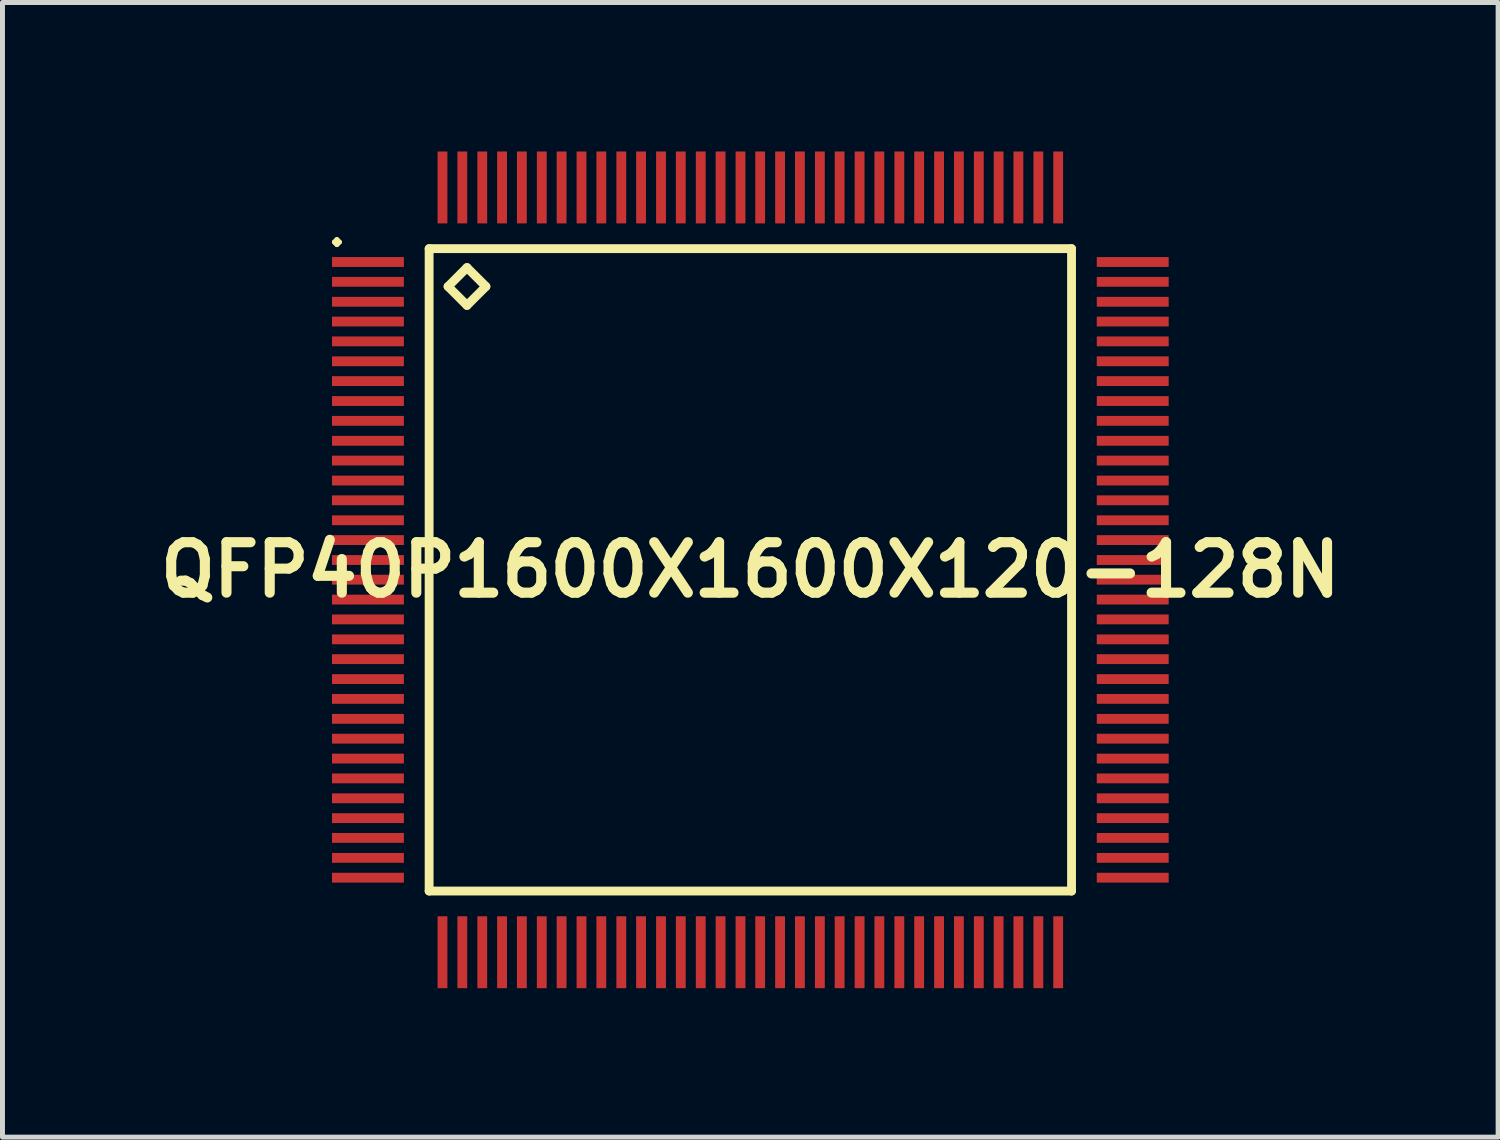
<source format=kicad_pcb>
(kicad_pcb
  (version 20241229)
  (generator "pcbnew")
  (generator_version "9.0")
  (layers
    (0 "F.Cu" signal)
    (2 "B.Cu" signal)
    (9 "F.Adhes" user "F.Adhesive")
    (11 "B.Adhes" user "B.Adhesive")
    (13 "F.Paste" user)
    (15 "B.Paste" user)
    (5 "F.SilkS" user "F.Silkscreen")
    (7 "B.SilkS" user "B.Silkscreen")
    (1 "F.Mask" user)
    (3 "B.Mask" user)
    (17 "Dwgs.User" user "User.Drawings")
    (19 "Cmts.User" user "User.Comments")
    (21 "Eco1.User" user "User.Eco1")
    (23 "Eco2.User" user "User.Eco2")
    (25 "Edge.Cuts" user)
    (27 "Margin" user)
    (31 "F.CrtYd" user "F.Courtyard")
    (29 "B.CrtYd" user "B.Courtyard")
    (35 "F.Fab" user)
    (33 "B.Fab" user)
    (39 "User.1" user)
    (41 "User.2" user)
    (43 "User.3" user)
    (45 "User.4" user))
  (footprint "QFP40P1600X1600X120-128N"
    (layer "F.Cu")
    (at 12.057 8.423)
    (property "Reference" "QFP40P1600X1600X120-128N" (at 0 0 0) (layer "F.SilkS") (effects (font (size 1.016 1.016) (thickness 0.203))))
    (attr smd)
    (fp_line (start -8.374 -6.599) (end -8.324 -6.65) (stroke (width 0.099) (type solid)) (layer "F.SilkS"))
    (fp_line (start -8.324 -6.65) (end -8.273 -6.599) (stroke (width 0.099) (type solid)) (layer "F.SilkS"))
    (fp_line (start -8.324 -6.548) (end -8.374 -6.599) (stroke (width 0.099) (type solid)) (layer "F.SilkS"))
    (fp_line (start -8.273 -6.599) (end -8.324 -6.548) (stroke (width 0.099) (type solid)) (layer "F.SilkS"))
    (fp_line (start -6.467 -6.467) (end -6.467 6.467) (stroke (width 0.178) (type solid)) (layer "F.SilkS"))
    (fp_line (start -6.467 6.467) (end 6.467 6.467) (stroke (width 0.178) (type solid)) (layer "F.SilkS"))
    (fp_line (start -6.086 -5.705) (end -5.705 -6.086) (stroke (width 0.178) (type solid)) (layer "F.SilkS"))
    (fp_line (start -5.705 -6.086) (end -5.324 -5.705) (stroke (width 0.178) (type solid)) (layer "F.SilkS"))
    (fp_line (start -5.705 -5.324) (end -6.086 -5.705) (stroke (width 0.178) (type solid)) (layer "F.SilkS"))
    (fp_line (start -5.324 -5.705) (end -5.705 -5.324) (stroke (width 0.178) (type solid)) (layer "F.SilkS"))
    (fp_line (start 6.467 -6.467) (end -6.467 -6.467) (stroke (width 0.178) (type solid)) (layer "F.SilkS"))
    (fp_line (start 6.467 6.467) (end 6.467 -6.467) (stroke (width 0.178) (type solid)) (layer "F.SilkS"))
    (pad "1" smd rect (at -7.699 -6.198) (size 1.448 0.198) (layers "F.Cu" "F.Mask" "F.Paste"))
    (pad "2" smd rect (at -7.699 -5.799) (size 1.448 0.198) (layers "F.Cu" "F.Mask" "F.Paste"))
    (pad "3" smd rect (at -7.699 -5.397) (size 1.448 0.198) (layers "F.Cu" "F.Mask" "F.Paste"))
    (pad "4" smd rect (at -7.699 -4.999) (size 1.448 0.198) (layers "F.Cu" "F.Mask" "F.Paste"))
    (pad "5" smd rect (at -7.699 -4.6) (size 1.448 0.198) (layers "F.Cu" "F.Mask" "F.Paste"))
    (pad "6" smd rect (at -7.699 -4.199) (size 1.448 0.198) (layers "F.Cu" "F.Mask" "F.Paste"))
    (pad "7" smd rect (at -7.699 -3.8) (size 1.448 0.198) (layers "F.Cu" "F.Mask" "F.Paste"))
    (pad "8" smd rect (at -7.699 -3.399) (size 1.448 0.198) (layers "F.Cu" "F.Mask" "F.Paste"))
    (pad "9" smd rect (at -7.699 -3) (size 1.448 0.198) (layers "F.Cu" "F.Mask" "F.Paste"))
    (pad "10" smd rect (at -7.699 -2.598) (size 1.448 0.198) (layers "F.Cu" "F.Mask" "F.Paste"))
    (pad "11" smd rect (at -7.699 -2.2) (size 1.448 0.198) (layers "F.Cu" "F.Mask" "F.Paste"))
    (pad "12" smd rect (at -7.699 -1.798) (size 1.448 0.198) (layers "F.Cu" "F.Mask" "F.Paste"))
    (pad "13" smd rect (at -7.699 -1.4) (size 1.448 0.198) (layers "F.Cu" "F.Mask" "F.Paste"))
    (pad "14" smd rect (at -7.699 -0.998) (size 1.448 0.198) (layers "F.Cu" "F.Mask" "F.Paste"))
    (pad "15" smd rect (at -7.699 -0.599) (size 1.448 0.198) (layers "F.Cu" "F.Mask" "F.Paste"))
    (pad "16" smd rect (at -7.699 -0.198) (size 1.448 0.198) (layers "F.Cu" "F.Mask" "F.Paste"))
    (pad "17" smd rect (at -7.699 0.198) (size 1.448 0.198) (layers "F.Cu" "F.Mask" "F.Paste"))
    (pad "18" smd rect (at -7.699 0.599) (size 1.448 0.198) (layers "F.Cu" "F.Mask" "F.Paste"))
    (pad "19" smd rect (at -7.699 0.998) (size 1.448 0.198) (layers "F.Cu" "F.Mask" "F.Paste"))
    (pad "20" smd rect (at -7.699 1.4) (size 1.448 0.198) (layers "F.Cu" "F.Mask" "F.Paste"))
    (pad "21" smd rect (at -7.699 1.798) (size 1.448 0.198) (layers "F.Cu" "F.Mask" "F.Paste"))
    (pad "22" smd rect (at -7.699 2.2) (size 1.448 0.198) (layers "F.Cu" "F.Mask" "F.Paste"))
    (pad "23" smd rect (at -7.699 2.598) (size 1.448 0.198) (layers "F.Cu" "F.Mask" "F.Paste"))
    (pad "24" smd rect (at -7.699 3) (size 1.448 0.198) (layers "F.Cu" "F.Mask" "F.Paste"))
    (pad "25" smd rect (at -7.699 3.399) (size 1.448 0.198) (layers "F.Cu" "F.Mask" "F.Paste"))
    (pad "26" smd rect (at -7.699 3.8) (size 1.448 0.198) (layers "F.Cu" "F.Mask" "F.Paste"))
    (pad "27" smd rect (at -7.699 4.199) (size 1.448 0.198) (layers "F.Cu" "F.Mask" "F.Paste"))
    (pad "28" smd rect (at -7.699 4.6) (size 1.448 0.198) (layers "F.Cu" "F.Mask" "F.Paste"))
    (pad "29" smd rect (at -7.699 4.999) (size 1.448 0.198) (layers "F.Cu" "F.Mask" "F.Paste"))
    (pad "30" smd rect (at -7.699 5.397) (size 1.448 0.198) (layers "F.Cu" "F.Mask" "F.Paste"))
    (pad "31" smd rect (at -7.699 5.799) (size 1.448 0.198) (layers "F.Cu" "F.Mask" "F.Paste"))
    (pad "32" smd rect (at -7.699 6.198) (size 1.448 0.198) (layers "F.Cu" "F.Mask" "F.Paste"))
    (pad "33" smd rect (at -6.198 7.699) (size 0.198 1.448) (layers "F.Cu" "F.Mask" "F.Paste"))
    (pad "34" smd rect (at -5.799 7.699) (size 0.198 1.448) (layers "F.Cu" "F.Mask" "F.Paste"))
    (pad "35" smd rect (at -5.397 7.699) (size 0.198 1.448) (layers "F.Cu" "F.Mask" "F.Paste"))
    (pad "36" smd rect (at -4.999 7.699) (size 0.198 1.448) (layers "F.Cu" "F.Mask" "F.Paste"))
    (pad "37" smd rect (at -4.6 7.699) (size 0.198 1.448) (layers "F.Cu" "F.Mask" "F.Paste"))
    (pad "38" smd rect (at -4.199 7.699) (size 0.198 1.448) (layers "F.Cu" "F.Mask" "F.Paste"))
    (pad "39" smd rect (at -3.8 7.699) (size 0.198 1.448) (layers "F.Cu" "F.Mask" "F.Paste"))
    (pad "40" smd rect (at -3.399 7.699) (size 0.198 1.448) (layers "F.Cu" "F.Mask" "F.Paste"))
    (pad "41" smd rect (at -3 7.699) (size 0.198 1.448) (layers "F.Cu" "F.Mask" "F.Paste"))
    (pad "42" smd rect (at -2.598 7.699) (size 0.198 1.448) (layers "F.Cu" "F.Mask" "F.Paste"))
    (pad "43" smd rect (at -2.2 7.699) (size 0.198 1.448) (layers "F.Cu" "F.Mask" "F.Paste"))
    (pad "44" smd rect (at -1.798 7.699) (size 0.198 1.448) (layers "F.Cu" "F.Mask" "F.Paste"))
    (pad "45" smd rect (at -1.4 7.699) (size 0.198 1.448) (layers "F.Cu" "F.Mask" "F.Paste"))
    (pad "46" smd rect (at -0.998 7.699) (size 0.198 1.448) (layers "F.Cu" "F.Mask" "F.Paste"))
    (pad "47" smd rect (at -0.599 7.699) (size 0.198 1.448) (layers "F.Cu" "F.Mask" "F.Paste"))
    (pad "48" smd rect (at -0.198 7.699) (size 0.198 1.448) (layers "F.Cu" "F.Mask" "F.Paste"))
    (pad "49" smd rect (at 0.198 7.699) (size 0.198 1.448) (layers "F.Cu" "F.Mask" "F.Paste"))
    (pad "50" smd rect (at 0.599 7.699) (size 0.198 1.448) (layers "F.Cu" "F.Mask" "F.Paste"))
    (pad "51" smd rect (at 0.998 7.699) (size 0.198 1.448) (layers "F.Cu" "F.Mask" "F.Paste"))
    (pad "52" smd rect (at 1.4 7.699) (size 0.198 1.448) (layers "F.Cu" "F.Mask" "F.Paste"))
    (pad "53" smd rect (at 1.798 7.699) (size 0.198 1.448) (layers "F.Cu" "F.Mask" "F.Paste"))
    (pad "54" smd rect (at 2.2 7.699) (size 0.198 1.448) (layers "F.Cu" "F.Mask" "F.Paste"))
    (pad "55" smd rect (at 2.598 7.699) (size 0.198 1.448) (layers "F.Cu" "F.Mask" "F.Paste"))
    (pad "56" smd rect (at 3 7.699) (size 0.198 1.448) (layers "F.Cu" "F.Mask" "F.Paste"))
    (pad "57" smd rect (at 3.399 7.699) (size 0.198 1.448) (layers "F.Cu" "F.Mask" "F.Paste"))
    (pad "58" smd rect (at 3.8 7.699) (size 0.198 1.448) (layers "F.Cu" "F.Mask" "F.Paste"))
    (pad "59" smd rect (at 4.199 7.699) (size 0.198 1.448) (layers "F.Cu" "F.Mask" "F.Paste"))
    (pad "60" smd rect (at 4.6 7.699) (size 0.198 1.448) (layers "F.Cu" "F.Mask" "F.Paste"))
    (pad "61" smd rect (at 4.999 7.699) (size 0.198 1.448) (layers "F.Cu" "F.Mask" "F.Paste"))
    (pad "62" smd rect (at 5.397 7.699) (size 0.198 1.448) (layers "F.Cu" "F.Mask" "F.Paste"))
    (pad "63" smd rect (at 5.799 7.699) (size 0.198 1.448) (layers "F.Cu" "F.Mask" "F.Paste"))
    (pad "64" smd rect (at 6.198 7.699) (size 0.198 1.448) (layers "F.Cu" "F.Mask" "F.Paste"))
    (pad "65" smd rect (at 7.699 6.198) (size 1.448 0.198) (layers "F.Cu" "F.Mask" "F.Paste"))
    (pad "66" smd rect (at 7.699 5.799) (size 1.448 0.198) (layers "F.Cu" "F.Mask" "F.Paste"))
    (pad "67" smd rect (at 7.699 5.397) (size 1.448 0.198) (layers "F.Cu" "F.Mask" "F.Paste"))
    (pad "68" smd rect (at 7.699 4.999) (size 1.448 0.198) (layers "F.Cu" "F.Mask" "F.Paste"))
    (pad "69" smd rect (at 7.699 4.6) (size 1.448 0.198) (layers "F.Cu" "F.Mask" "F.Paste"))
    (pad "70" smd rect (at 7.699 4.199) (size 1.448 0.198) (layers "F.Cu" "F.Mask" "F.Paste"))
    (pad "71" smd rect (at 7.699 3.8) (size 1.448 0.198) (layers "F.Cu" "F.Mask" "F.Paste"))
    (pad "72" smd rect (at 7.699 3.399) (size 1.448 0.198) (layers "F.Cu" "F.Mask" "F.Paste"))
    (pad "73" smd rect (at 7.699 3) (size 1.448 0.198) (layers "F.Cu" "F.Mask" "F.Paste"))
    (pad "74" smd rect (at 7.699 2.598) (size 1.448 0.198) (layers "F.Cu" "F.Mask" "F.Paste"))
    (pad "75" smd rect (at 7.699 2.2) (size 1.448 0.198) (layers "F.Cu" "F.Mask" "F.Paste"))
    (pad "76" smd rect (at 7.699 1.798) (size 1.448 0.198) (layers "F.Cu" "F.Mask" "F.Paste"))
    (pad "77" smd rect (at 7.699 1.4) (size 1.448 0.198) (layers "F.Cu" "F.Mask" "F.Paste"))
    (pad "78" smd rect (at 7.699 0.998) (size 1.448 0.198) (layers "F.Cu" "F.Mask" "F.Paste"))
    (pad "79" smd rect (at 7.699 0.599) (size 1.448 0.198) (layers "F.Cu" "F.Mask" "F.Paste"))
    (pad "80" smd rect (at 7.699 0.198) (size 1.448 0.198) (layers "F.Cu" "F.Mask" "F.Paste"))
    (pad "81" smd rect (at 7.699 -0.198) (size 1.448 0.198) (layers "F.Cu" "F.Mask" "F.Paste"))
    (pad "82" smd rect (at 7.699 -0.599) (size 1.448 0.198) (layers "F.Cu" "F.Mask" "F.Paste"))
    (pad "83" smd rect (at 7.699 -0.998) (size 1.448 0.198) (layers "F.Cu" "F.Mask" "F.Paste"))
    (pad "84" smd rect (at 7.699 -1.4) (size 1.448 0.198) (layers "F.Cu" "F.Mask" "F.Paste"))
    (pad "85" smd rect (at 7.699 -1.798) (size 1.448 0.198) (layers "F.Cu" "F.Mask" "F.Paste"))
    (pad "86" smd rect (at 7.699 -2.2) (size 1.448 0.198) (layers "F.Cu" "F.Mask" "F.Paste"))
    (pad "87" smd rect (at 7.699 -2.598) (size 1.448 0.198) (layers "F.Cu" "F.Mask" "F.Paste"))
    (pad "88" smd rect (at 7.699 -3) (size 1.448 0.198) (layers "F.Cu" "F.Mask" "F.Paste"))
    (pad "89" smd rect (at 7.699 -3.399) (size 1.448 0.198) (layers "F.Cu" "F.Mask" "F.Paste"))
    (pad "90" smd rect (at 7.699 -3.8) (size 1.448 0.198) (layers "F.Cu" "F.Mask" "F.Paste"))
    (pad "91" smd rect (at 7.699 -4.199) (size 1.448 0.198) (layers "F.Cu" "F.Mask" "F.Paste"))
    (pad "92" smd rect (at 7.699 -4.6) (size 1.448 0.198) (layers "F.Cu" "F.Mask" "F.Paste"))
    (pad "93" smd rect (at 7.699 -4.999) (size 1.448 0.198) (layers "F.Cu" "F.Mask" "F.Paste"))
    (pad "94" smd rect (at 7.699 -5.397) (size 1.448 0.198) (layers "F.Cu" "F.Mask" "F.Paste"))
    (pad "95" smd rect (at 7.699 -5.799) (size 1.448 0.198) (layers "F.Cu" "F.Mask" "F.Paste"))
    (pad "96" smd rect (at 7.699 -6.198) (size 1.448 0.198) (layers "F.Cu" "F.Mask" "F.Paste"))
    (pad "97" smd rect (at 6.198 -7.699) (size 0.198 1.448) (layers "F.Cu" "F.Mask" "F.Paste"))
    (pad "98" smd rect (at 5.799 -7.699) (size 0.198 1.448) (layers "F.Cu" "F.Mask" "F.Paste"))
    (pad "99" smd rect (at 5.397 -7.699) (size 0.198 1.448) (layers "F.Cu" "F.Mask" "F.Paste"))
    (pad "100" smd rect (at 4.999 -7.699) (size 0.198 1.448) (layers "F.Cu" "F.Mask" "F.Paste"))
    (pad "101" smd rect (at 4.6 -7.699) (size 0.198 1.448) (layers "F.Cu" "F.Mask" "F.Paste"))
    (pad "102" smd rect (at 4.199 -7.699) (size 0.198 1.448) (layers "F.Cu" "F.Mask" "F.Paste"))
    (pad "103" smd rect (at 3.8 -7.699) (size 0.198 1.448) (layers "F.Cu" "F.Mask" "F.Paste"))
    (pad "104" smd rect (at 3.399 -7.699) (size 0.198 1.448) (layers "F.Cu" "F.Mask" "F.Paste"))
    (pad "105" smd rect (at 3 -7.699) (size 0.198 1.448) (layers "F.Cu" "F.Mask" "F.Paste"))
    (pad "106" smd rect (at 2.598 -7.699) (size 0.198 1.448) (layers "F.Cu" "F.Mask" "F.Paste"))
    (pad "107" smd rect (at 2.2 -7.699) (size 0.198 1.448) (layers "F.Cu" "F.Mask" "F.Paste"))
    (pad "108" smd rect (at 1.798 -7.699) (size 0.198 1.448) (layers "F.Cu" "F.Mask" "F.Paste"))
    (pad "109" smd rect (at 1.4 -7.699) (size 0.198 1.448) (layers "F.Cu" "F.Mask" "F.Paste"))
    (pad "110" smd rect (at 0.998 -7.699) (size 0.198 1.448) (layers "F.Cu" "F.Mask" "F.Paste"))
    (pad "111" smd rect (at 0.599 -7.699) (size 0.198 1.448) (layers "F.Cu" "F.Mask" "F.Paste"))
    (pad "112" smd rect (at 0.198 -7.699) (size 0.198 1.448) (layers "F.Cu" "F.Mask" "F.Paste"))
    (pad "113" smd rect (at -0.198 -7.699) (size 0.198 1.448) (layers "F.Cu" "F.Mask" "F.Paste"))
    (pad "114" smd rect (at -0.599 -7.699) (size 0.198 1.448) (layers "F.Cu" "F.Mask" "F.Paste"))
    (pad "115" smd rect (at -0.998 -7.699) (size 0.198 1.448) (layers "F.Cu" "F.Mask" "F.Paste"))
    (pad "116" smd rect (at -1.4 -7.699) (size 0.198 1.448) (layers "F.Cu" "F.Mask" "F.Paste"))
    (pad "117" smd rect (at -1.798 -7.699) (size 0.198 1.448) (layers "F.Cu" "F.Mask" "F.Paste"))
    (pad "118" smd rect (at -2.2 -7.699) (size 0.198 1.448) (layers "F.Cu" "F.Mask" "F.Paste"))
    (pad "119" smd rect (at -2.598 -7.699) (size 0.198 1.448) (layers "F.Cu" "F.Mask" "F.Paste"))
    (pad "120" smd rect (at -3 -7.699) (size 0.198 1.448) (layers "F.Cu" "F.Mask" "F.Paste"))
    (pad "121" smd rect (at -3.399 -7.699) (size 0.198 1.448) (layers "F.Cu" "F.Mask" "F.Paste"))
    (pad "122" smd rect (at -3.8 -7.699) (size 0.198 1.448) (layers "F.Cu" "F.Mask" "F.Paste"))
    (pad "123" smd rect (at -4.199 -7.699) (size 0.198 1.448) (layers "F.Cu" "F.Mask" "F.Paste"))
    (pad "124" smd rect (at -4.6 -7.699) (size 0.198 1.448) (layers "F.Cu" "F.Mask" "F.Paste"))
    (pad "125" smd rect (at -4.999 -7.699) (size 0.198 1.448) (layers "F.Cu" "F.Mask" "F.Paste"))
    (pad "126" smd rect (at -5.397 -7.699) (size 0.198 1.448) (layers "F.Cu" "F.Mask" "F.Paste"))
    (pad "127" smd rect (at -5.799 -7.699) (size 0.198 1.448) (layers "F.Cu" "F.Mask" "F.Paste"))
    (pad "128" smd rect (at -6.198 -7.699) (size 0.198 1.448) (layers "F.Cu" "F.Mask" "F.Paste")))
  (gr_rect
    (start -3 -3)
    (end 27.113 19.845)
    (stroke (width 0.1) (type default))
    (fill no)
    (layer "Edge.Cuts")))
</source>
